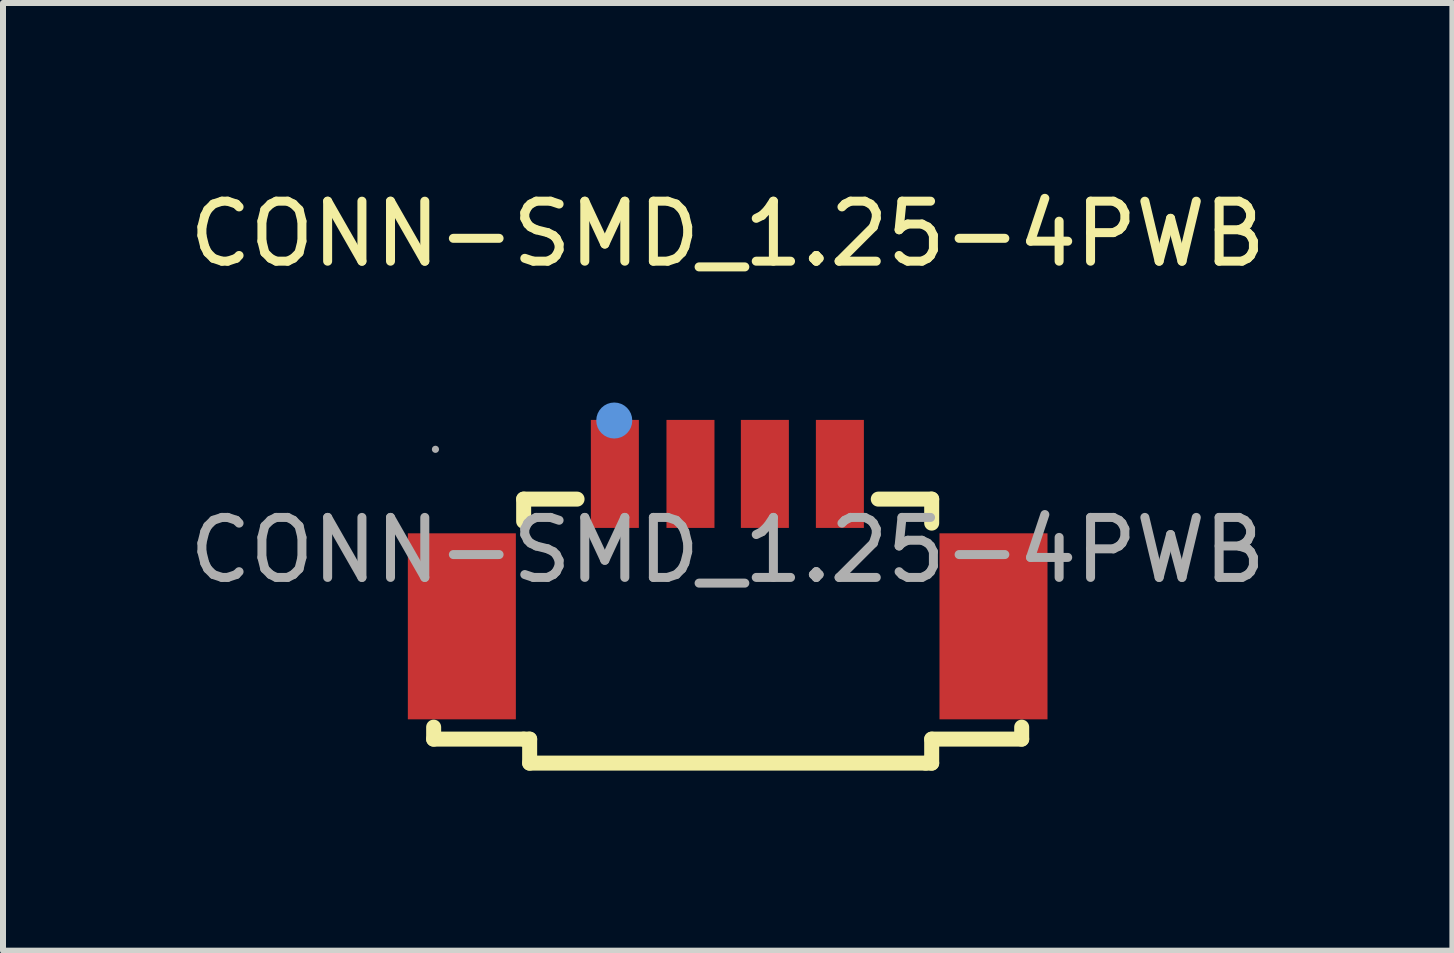
<source format=kicad_pcb>
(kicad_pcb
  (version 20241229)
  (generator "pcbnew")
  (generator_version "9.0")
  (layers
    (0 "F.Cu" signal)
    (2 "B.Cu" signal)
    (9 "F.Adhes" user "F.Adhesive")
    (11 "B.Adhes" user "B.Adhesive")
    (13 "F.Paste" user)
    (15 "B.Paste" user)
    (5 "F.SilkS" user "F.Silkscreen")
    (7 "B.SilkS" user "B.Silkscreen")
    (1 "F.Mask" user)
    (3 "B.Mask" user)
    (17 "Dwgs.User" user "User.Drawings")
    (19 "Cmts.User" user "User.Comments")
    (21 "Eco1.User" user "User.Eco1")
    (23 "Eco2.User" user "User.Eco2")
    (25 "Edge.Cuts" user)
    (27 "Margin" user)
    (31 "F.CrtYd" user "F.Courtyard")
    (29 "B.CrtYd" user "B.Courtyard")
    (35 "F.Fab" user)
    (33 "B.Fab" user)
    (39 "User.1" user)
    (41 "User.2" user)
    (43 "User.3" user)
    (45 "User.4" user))
  (footprint "CONN-SMD_1.25-4PWB"
    (layer "F.Cu")
    (at 9.077 6.118)
    (property "Reference" "CONN-SMD_1.25-4PWB" (at 0 -5.27 0) (layer "F.SilkS") (effects (font (size 1 1) (thickness 0.15))))
    (attr smd)
    (fp_line (start -4.9 2.95) (end -4.9 3.15) (stroke (width 0.25) (type solid)) (layer "F.SilkS"))
    (fp_line (start -4.9 3.15) (end -3.4 3.15) (stroke (width 0.25) (type solid)) (layer "F.SilkS"))
    (fp_line (start -3.4 -0.85) (end -2.51 -0.85) (stroke (width 0.25) (type solid)) (layer "F.SilkS"))
    (fp_line (start -3.4 -0.48) (end -3.4 -0.85) (stroke (width 0.25) (type solid)) (layer "F.SilkS"))
    (fp_line (start -3.4 3.15) (end -3.3 3.15) (stroke (width 0.25) (type solid)) (layer "F.SilkS"))
    (fp_line (start -3.3 3.15) (end -3.3 3.55) (stroke (width 0.25) (type solid)) (layer "F.SilkS"))
    (fp_line (start -3.3 3.55) (end 3.3 3.55) (stroke (width 0.25) (type solid)) (layer "F.SilkS"))
    (fp_line (start 2.51 -0.85) (end 3.4 -0.85) (stroke (width 0.25) (type solid)) (layer "F.SilkS"))
    (fp_line (start 3.3 3.55) (end 3.4 3.55) (stroke (width 0.25) (type solid)) (layer "F.SilkS"))
    (fp_line (start 3.4 -0.85) (end 3.4 -0.45) (stroke (width 0.25) (type solid)) (layer "F.SilkS"))
    (fp_line (start 3.4 3.15) (end 4.9 3.15) (stroke (width 0.25) (type solid)) (layer "F.SilkS"))
    (fp_line (start 3.4 3.55) (end 3.4 3.15) (stroke (width 0.25) (type solid)) (layer "F.SilkS"))
    (fp_line (start 4.9 3.15) (end 4.9 2.95) (stroke (width 0.25) (type solid)) (layer "F.SilkS"))
    (fp_circle (center -1.89 -2.16) (end -1.74 -2.16) (stroke (width 0.3) (type solid)) (fill no) (layer "Cmts.User"))
    (fp_circle (center -4.87 -1.68) (end -4.84 -1.68) (stroke (width 0.06) (type solid)) (fill no) (layer "F.Fab"))
    (fp_text user "${REFERENCE}" (at 0 0 0) (layer "F.Fab") (effects (font (size 1 1) (thickness 0.15))))
    (pad "1" smd rect (at -1.88 -1.27) (size 0.8 1.8) (layers "F.Cu" "F.Mask" "F.Paste"))
    (pad "2" smd rect (at -0.62 -1.27) (size 0.8 1.8) (layers "F.Cu" "F.Mask" "F.Paste"))
    (pad "3" smd rect (at 0.62 -1.27) (size 0.8 1.8) (layers "F.Cu" "F.Mask" "F.Paste"))
    (pad "4" smd rect (at 1.87 -1.27) (size 0.8 1.8) (layers "F.Cu" "F.Mask" "F.Paste"))
    (pad "5" smd rect (at -4.43 1.27) (size 1.8 3.1) (layers "F.Cu" "F.Mask" "F.Paste"))
    (pad "6" smd rect (at 4.43 1.27) (size 1.8 3.1) (layers "F.Cu" "F.Mask" "F.Paste")))
  (gr_rect
    (start -3 -3)
    (end 21.155 12.793)
    (stroke (width 0.1) (type default))
    (fill no)
    (layer "Edge.Cuts")))
</source>
